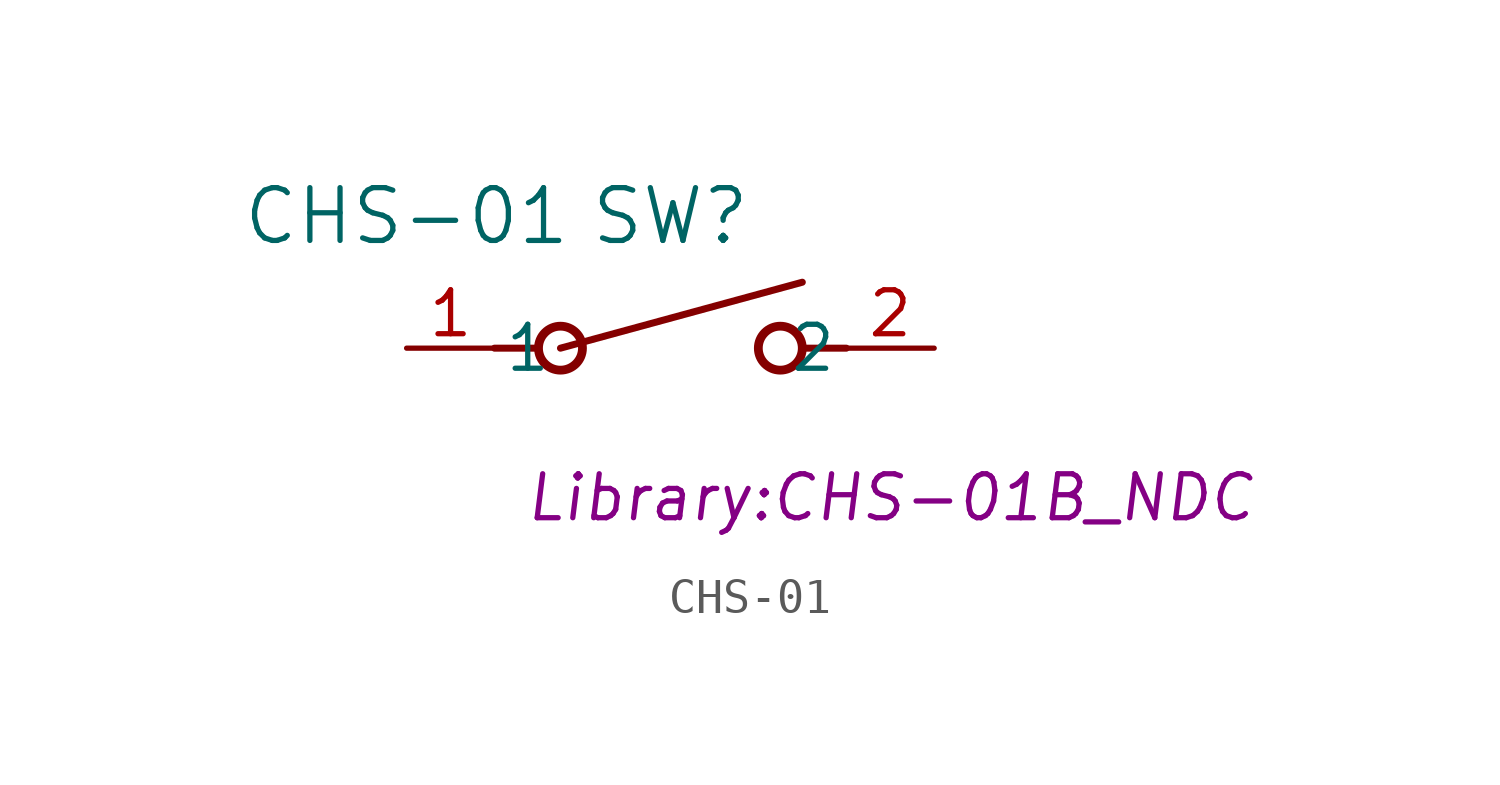
<source format=kicad_sym>
(kicad_symbol_lib
  (version 20231120)
  (generator "kicad_symbol_editor")
  (generator_version "8.0")
  (symbol "CHS-01"
    (pin_names
      (offset 0.254))
    (property "Reference" "SW"
      (at 7.62 3.81 0)
      (effects (font (size 1.524 1.524))))
    (property "Value" "CHS-01"
      (at 0 3.81 0)
      (effects (font (size 1.524 1.524))))
    (property "Footprint" "Library:CHS-01B_NDC"
      (at 13.97 -4.318 0)
      (effects (font (size 1.27 1.27) (italic yes))))
    (symbol "CHS-01_0_1"
      (polyline (pts (xy 2.54 0) (xy 3.81 0)) (stroke (width 0.203) (type default)) (fill (type none)))
      (polyline (pts (xy 4.445 0) (xy 11.43 1.905)) (stroke (width 0.203) (type default)) (fill (type none)))
      (polyline (pts (xy 12.7 0) (xy 11.43 0)) (stroke (width 0.203) (type default)) (fill (type none)))
      (circle (center 4.445 0) (radius 0.635) (stroke (width 0.254) (type default)) (fill (type none)))
      (circle (center 10.795 0) (radius 0.635) (stroke (width 0.254) (type default)) (fill (type none)))
      (pin unspecified line (at 0 0 0) (length 2.54) (name "1" (effects (font (size 1.27 1.27)))) (number "1" (effects (font (size 1.27 1.27)))))
      (pin unspecified line (at 15.24 0 180) (length 2.54) (name "2" (effects (font (size 1.27 1.27)))) (number "2" (effects (font (size 1.27 1.27))))))))
</source>
